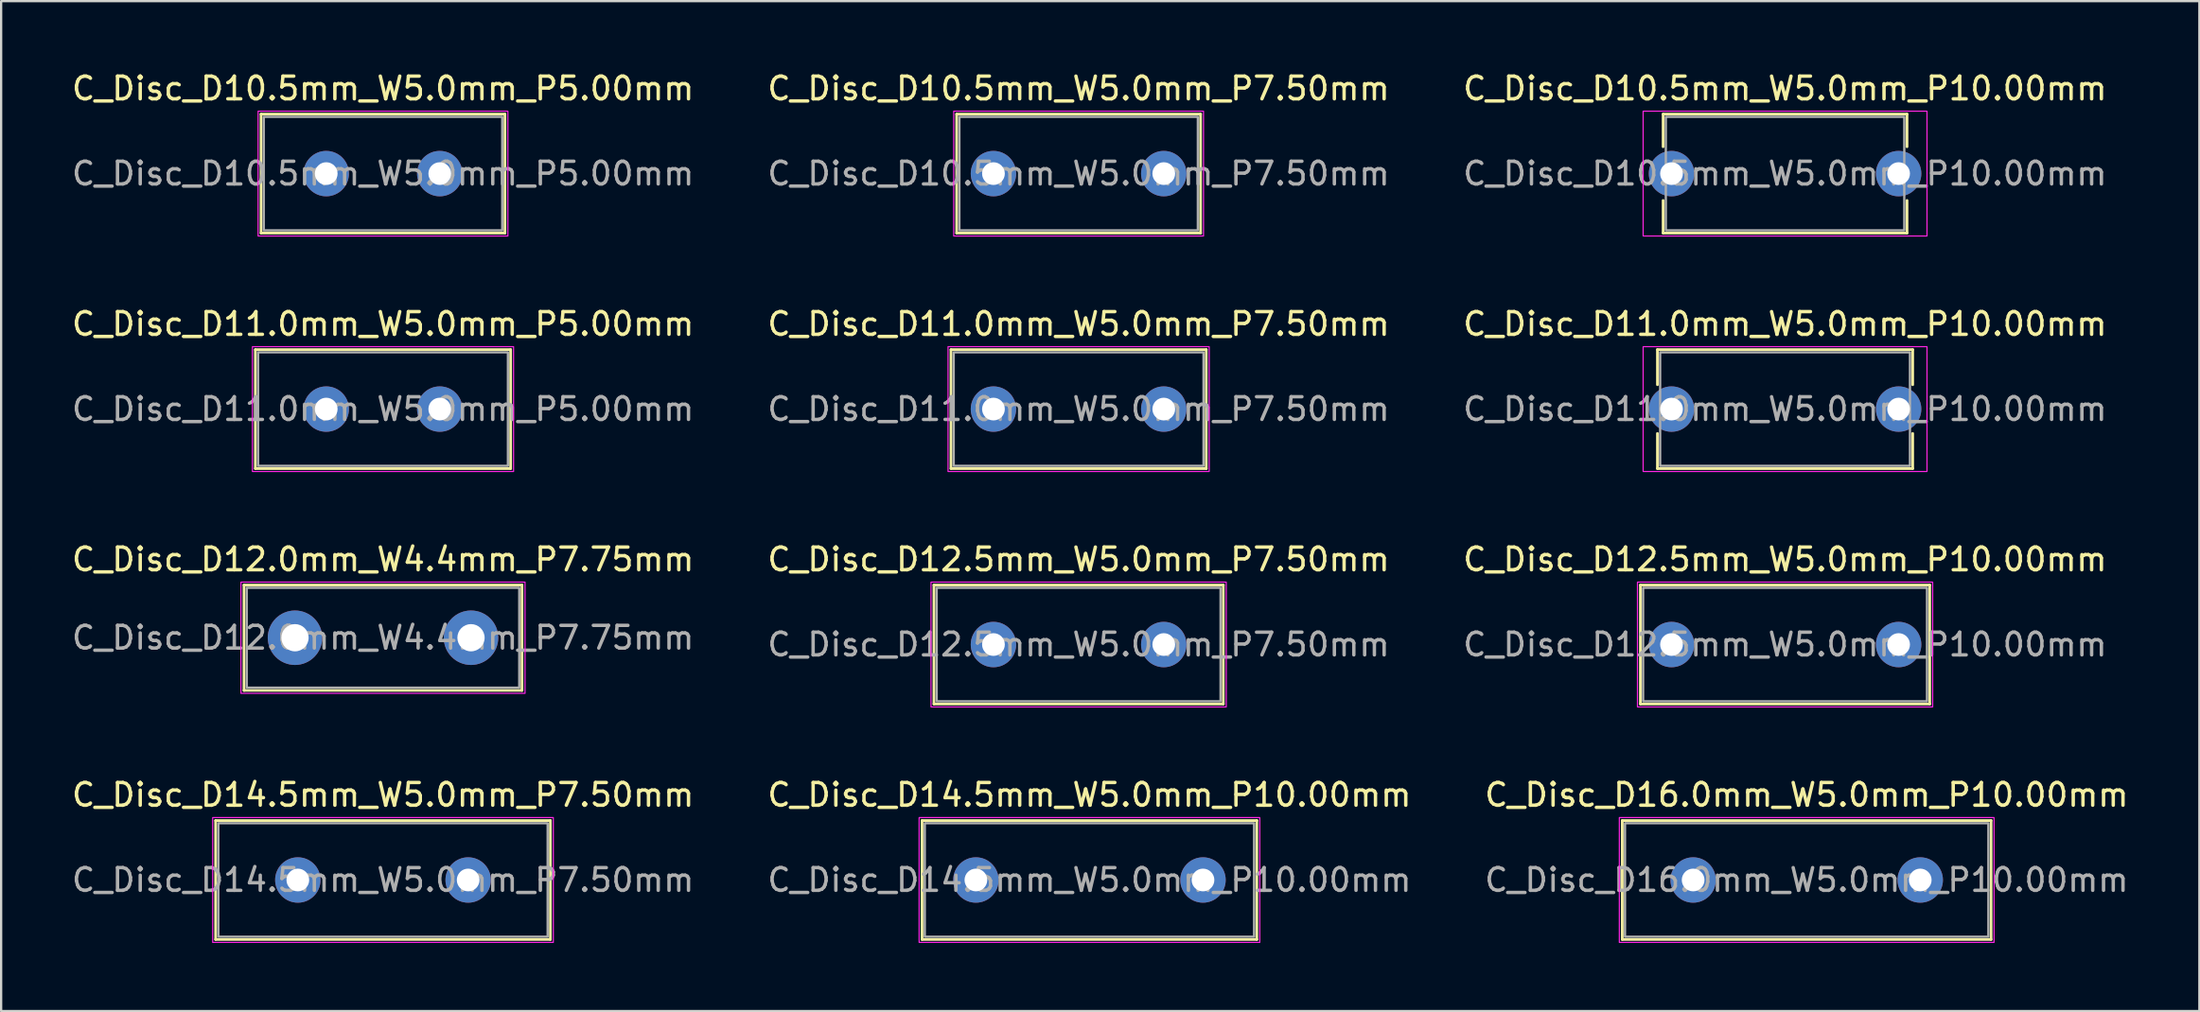
<source format=kicad_pcb>
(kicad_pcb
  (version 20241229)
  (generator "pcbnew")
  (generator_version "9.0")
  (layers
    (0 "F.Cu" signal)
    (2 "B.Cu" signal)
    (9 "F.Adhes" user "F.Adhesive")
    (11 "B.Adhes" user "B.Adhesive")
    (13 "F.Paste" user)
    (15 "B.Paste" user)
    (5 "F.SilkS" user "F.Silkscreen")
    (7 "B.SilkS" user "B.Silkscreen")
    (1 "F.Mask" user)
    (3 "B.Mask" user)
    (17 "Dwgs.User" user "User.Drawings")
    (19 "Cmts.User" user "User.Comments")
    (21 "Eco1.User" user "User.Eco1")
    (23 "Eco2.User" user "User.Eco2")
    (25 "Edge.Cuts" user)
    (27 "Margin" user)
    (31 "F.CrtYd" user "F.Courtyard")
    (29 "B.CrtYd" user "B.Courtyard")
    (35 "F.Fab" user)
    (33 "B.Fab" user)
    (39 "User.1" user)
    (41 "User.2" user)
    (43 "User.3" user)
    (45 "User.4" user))
  (footprint "C_Disc_D10.5mm_W5.0mm_P7.50mm"
    (layer "F.Cu")
    (at 40.696 4.598)
    (property "Reference" "C_Disc_D10.5mm_W5.0mm_P7.50mm" (at 3.75 -3.75 0) (layer "F.SilkS") (effects (font (size 1 1) (thickness 0.15))))
    (attr through_hole)
    (fp_line (start -1.62 -2.62) (end -1.62 2.62) (stroke (width 0.12) (type solid)) (layer "F.SilkS"))
    (fp_line (start -1.62 -2.62) (end 9.12 -2.62) (stroke (width 0.12) (type solid)) (layer "F.SilkS"))
    (fp_line (start -1.62 2.62) (end 9.12 2.62) (stroke (width 0.12) (type solid)) (layer "F.SilkS"))
    (fp_line (start 9.12 -2.62) (end 9.12 2.62) (stroke (width 0.12) (type solid)) (layer "F.SilkS"))
    (fp_rect (start -1.75 -2.75) (end 9.25 2.75) (stroke (width 0.05) (type solid)) (fill no) (layer "F.CrtYd"))
    (fp_rect (start -1.5 -2.5) (end 9 2.5) (stroke (width 0.1) (type solid)) (fill no) (layer "F.Fab"))
    (fp_text user "${REFERENCE}" (at 3.75 0 0) (layer "F.Fab") (effects (font (size 1 1) (thickness 0.15))))
    (pad "1" thru_hole circle (at 0 0) (size 2 2) (drill 1) (layers "*.Cu" "*.Mask"))
    (pad "2" thru_hole circle (at 7.5 0) (size 2 2) (drill 1) (layers "*.Cu" "*.Mask")))
  (footprint "C_Disc_D12.0mm_W4.4mm_P7.75mm"
    (layer "F.Cu")
    (at 9.94 25.045)
    (property "Reference" "C_Disc_D12.0mm_W4.4mm_P7.75mm" (at 3.875 -3.45 0) (layer "F.SilkS") (effects (font (size 1 1) (thickness 0.15))))
    (attr through_hole)
    (fp_line (start -2.245 -2.32) (end -2.245 2.32) (stroke (width 0.12) (type solid)) (layer "F.SilkS"))
    (fp_line (start -2.245 -2.32) (end 9.995 -2.32) (stroke (width 0.12) (type solid)) (layer "F.SilkS"))
    (fp_line (start -2.245 2.32) (end 9.995 2.32) (stroke (width 0.12) (type solid)) (layer "F.SilkS"))
    (fp_line (start 9.995 -2.32) (end 9.995 2.32) (stroke (width 0.12) (type solid)) (layer "F.SilkS"))
    (fp_rect (start -2.38 -2.45) (end 10.13 2.45) (stroke (width 0.05) (type solid)) (fill no) (layer "F.CrtYd"))
    (fp_rect (start -2.125 -2.2) (end 9.875 2.2) (stroke (width 0.1) (type solid)) (fill no) (layer "F.Fab"))
    (fp_text user "${REFERENCE}" (at 3.875 0 0) (layer "F.Fab") (effects (font (size 1 1) (thickness 0.15))))
    (pad "1" thru_hole circle (at 0 0) (size 2.4 2.4) (drill 1.2) (layers "*.Cu" "*.Mask"))
    (pad "2" thru_hole circle (at 7.75 0) (size 2.4 2.4) (drill 1.2) (layers "*.Cu" "*.Mask")))
  (footprint "C_Disc_D12.5mm_W5.0mm_P7.50mm"
    (layer "F.Cu")
    (at 40.696 25.345)
    (property "Reference" "C_Disc_D12.5mm_W5.0mm_P7.50mm" (at 3.75 -3.75 0) (layer "F.SilkS") (effects (font (size 1 1) (thickness 0.15))))
    (attr through_hole)
    (fp_line (start -2.62 -2.62) (end -2.62 2.62) (stroke (width 0.12) (type solid)) (layer "F.SilkS"))
    (fp_line (start -2.62 -2.62) (end 10.12 -2.62) (stroke (width 0.12) (type solid)) (layer "F.SilkS"))
    (fp_line (start -2.62 2.62) (end 10.12 2.62) (stroke (width 0.12) (type solid)) (layer "F.SilkS"))
    (fp_line (start 10.12 -2.62) (end 10.12 2.62) (stroke (width 0.12) (type solid)) (layer "F.SilkS"))
    (fp_rect (start -2.75 -2.75) (end 10.25 2.75) (stroke (width 0.05) (type solid)) (fill no) (layer "F.CrtYd"))
    (fp_rect (start -2.5 -2.5) (end 10 2.5) (stroke (width 0.1) (type solid)) (fill no) (layer "F.Fab"))
    (fp_text user "${REFERENCE}" (at 3.75 0 0) (layer "F.Fab") (effects (font (size 1 1) (thickness 0.15))))
    (pad "1" thru_hole circle (at 0 0) (size 2 2) (drill 1) (layers "*.Cu" "*.Mask"))
    (pad "2" thru_hole circle (at 7.5 0) (size 2 2) (drill 1) (layers "*.Cu" "*.Mask")))
  (footprint "C_Disc_D14.5mm_W5.0mm_P7.50mm"
    (layer "F.Cu")
    (at 10.065 35.718)
    (property "Reference" "C_Disc_D14.5mm_W5.0mm_P7.50mm" (at 3.75 -3.75 0) (layer "F.SilkS") (effects (font (size 1 1) (thickness 0.15))))
    (attr through_hole)
    (fp_line (start -3.62 -2.62) (end -3.62 2.62) (stroke (width 0.12) (type solid)) (layer "F.SilkS"))
    (fp_line (start -3.62 -2.62) (end 11.12 -2.62) (stroke (width 0.12) (type solid)) (layer "F.SilkS"))
    (fp_line (start -3.62 2.62) (end 11.12 2.62) (stroke (width 0.12) (type solid)) (layer "F.SilkS"))
    (fp_line (start 11.12 -2.62) (end 11.12 2.62) (stroke (width 0.12) (type solid)) (layer "F.SilkS"))
    (fp_rect (start -3.75 -2.75) (end 11.25 2.75) (stroke (width 0.05) (type solid)) (fill no) (layer "F.CrtYd"))
    (fp_rect (start -3.5 -2.5) (end 11 2.5) (stroke (width 0.1) (type solid)) (fill no) (layer "F.Fab"))
    (fp_text user "${REFERENCE}" (at 3.75 0 0) (layer "F.Fab") (effects (font (size 1 1) (thickness 0.15))))
    (pad "1" thru_hole circle (at 0 0) (size 2 2) (drill 1) (layers "*.Cu" "*.Mask"))
    (pad "2" thru_hole circle (at 7.5 0) (size 2 2) (drill 1) (layers "*.Cu" "*.Mask")))
  (footprint "C_Disc_D10.5mm_W5.0mm_P10.00mm"
    (layer "F.Cu")
    (at 70.554 4.598)
    (property "Reference" "C_Disc_D10.5mm_W5.0mm_P10.00mm" (at 5 -3.75 0) (layer "F.SilkS") (effects (font (size 1 1) (thickness 0.15))))
    (attr through_hole)
    (fp_line (start -0.37 -2.62) (end -0.37 -1.184) (stroke (width 0.12) (type solid)) (layer "F.SilkS"))
    (fp_line (start -0.37 -2.62) (end 10.37 -2.62) (stroke (width 0.12) (type solid)) (layer "F.SilkS"))
    (fp_line (start -0.37 1.184) (end -0.37 2.62) (stroke (width 0.12) (type solid)) (layer "F.SilkS"))
    (fp_line (start -0.37 2.62) (end 10.37 2.62) (stroke (width 0.12) (type solid)) (layer "F.SilkS"))
    (fp_line (start 10.37 -2.62) (end 10.37 -1.184) (stroke (width 0.12) (type solid)) (layer "F.SilkS"))
    (fp_line (start 10.37 1.184) (end 10.37 2.62) (stroke (width 0.12) (type solid)) (layer "F.SilkS"))
    (fp_rect (start -1.25 -2.75) (end 11.25 2.75) (stroke (width 0.05) (type solid)) (fill no) (layer "F.CrtYd"))
    (fp_rect (start -0.25 -2.5) (end 10.25 2.5) (stroke (width 0.1) (type solid)) (fill no) (layer "F.Fab"))
    (fp_text user "${REFERENCE}" (at 5 0 0) (layer "F.Fab") (effects (font (size 1 1) (thickness 0.15))))
    (pad "1" thru_hole circle (at 0 0) (size 2 2) (drill 1) (layers "*.Cu" "*.Mask"))
    (pad "2" thru_hole circle (at 10 0) (size 2 2) (drill 1) (layers "*.Cu" "*.Mask")))
  (footprint "C_Disc_D14.5mm_W5.0mm_P10.00mm"
    (layer "F.Cu")
    (at 39.923 35.718)
    (property "Reference" "C_Disc_D14.5mm_W5.0mm_P10.00mm" (at 5 -3.75 0) (layer "F.SilkS") (effects (font (size 1 1) (thickness 0.15))))
    (attr through_hole)
    (fp_line (start -2.37 -2.62) (end -2.37 2.62) (stroke (width 0.12) (type solid)) (layer "F.SilkS"))
    (fp_line (start -2.37 -2.62) (end 12.37 -2.62) (stroke (width 0.12) (type solid)) (layer "F.SilkS"))
    (fp_line (start -2.37 2.62) (end 12.37 2.62) (stroke (width 0.12) (type solid)) (layer "F.SilkS"))
    (fp_line (start 12.37 -2.62) (end 12.37 2.62) (stroke (width 0.12) (type solid)) (layer "F.SilkS"))
    (fp_rect (start -2.5 -2.75) (end 12.5 2.75) (stroke (width 0.05) (type solid)) (fill no) (layer "F.CrtYd"))
    (fp_rect (start -2.25 -2.5) (end 12.25 2.5) (stroke (width 0.1) (type solid)) (fill no) (layer "F.Fab"))
    (fp_text user "${REFERENCE}" (at 5 0 0) (layer "F.Fab") (effects (font (size 1 1) (thickness 0.15))))
    (pad "1" thru_hole circle (at 0 0) (size 2 2) (drill 1) (layers "*.Cu" "*.Mask"))
    (pad "2" thru_hole circle (at 10 0) (size 2 2) (drill 1) (layers "*.Cu" "*.Mask")))
  (footprint "C_Disc_D11.0mm_W5.0mm_P7.50mm"
    (layer "F.Cu")
    (at 40.696 14.972)
    (property "Reference" "C_Disc_D11.0mm_W5.0mm_P7.50mm" (at 3.75 -3.75 0) (layer "F.SilkS") (effects (font (size 1 1) (thickness 0.15))))
    (attr through_hole)
    (fp_line (start -1.87 -2.62) (end -1.87 2.62) (stroke (width 0.12) (type solid)) (layer "F.SilkS"))
    (fp_line (start -1.87 -2.62) (end 9.37 -2.62) (stroke (width 0.12) (type solid)) (layer "F.SilkS"))
    (fp_line (start -1.87 2.62) (end 9.37 2.62) (stroke (width 0.12) (type solid)) (layer "F.SilkS"))
    (fp_line (start 9.37 -2.62) (end 9.37 2.62) (stroke (width 0.12) (type solid)) (layer "F.SilkS"))
    (fp_rect (start -2 -2.75) (end 9.5 2.75) (stroke (width 0.05) (type solid)) (fill no) (layer "F.CrtYd"))
    (fp_rect (start -1.75 -2.5) (end 9.25 2.5) (stroke (width 0.1) (type solid)) (fill no) (layer "F.Fab"))
    (fp_text user "${REFERENCE}" (at 3.75 0 0) (layer "F.Fab") (effects (font (size 1 1) (thickness 0.15))))
    (pad "1" thru_hole circle (at 0 0) (size 2 2) (drill 1) (layers "*.Cu" "*.Mask"))
    (pad "2" thru_hole circle (at 7.5 0) (size 2 2) (drill 1) (layers "*.Cu" "*.Mask")))
  (footprint "C_Disc_D11.0mm_W5.0mm_P5.00mm"
    (layer "F.Cu")
    (at 11.315 14.972)
    (property "Reference" "C_Disc_D11.0mm_W5.0mm_P5.00mm" (at 2.5 -3.75 0) (layer "F.SilkS") (effects (font (size 1 1) (thickness 0.15))))
    (attr through_hole)
    (fp_line (start -3.12 -2.62) (end -3.12 2.62) (stroke (width 0.12) (type solid)) (layer "F.SilkS"))
    (fp_line (start -3.12 -2.62) (end 8.12 -2.62) (stroke (width 0.12) (type solid)) (layer "F.SilkS"))
    (fp_line (start -3.12 2.62) (end 8.12 2.62) (stroke (width 0.12) (type solid)) (layer "F.SilkS"))
    (fp_line (start 8.12 -2.62) (end 8.12 2.62) (stroke (width 0.12) (type solid)) (layer "F.SilkS"))
    (fp_rect (start -3.25 -2.75) (end 8.25 2.75) (stroke (width 0.05) (type solid)) (fill no) (layer "F.CrtYd"))
    (fp_rect (start -3 -2.5) (end 8 2.5) (stroke (width 0.1) (type solid)) (fill no) (layer "F.Fab"))
    (fp_text user "${REFERENCE}" (at 2.5 0 0) (layer "F.Fab") (effects (font (size 1 1) (thickness 0.15))))
    (pad "1" thru_hole circle (at 0 0) (size 2 2) (drill 1) (layers "*.Cu" "*.Mask"))
    (pad "2" thru_hole circle (at 5 0) (size 2 2) (drill 1) (layers "*.Cu" "*.Mask")))
  (footprint "C_Disc_D10.5mm_W5.0mm_P5.00mm"
    (layer "F.Cu")
    (at 11.315 4.598)
    (property "Reference" "C_Disc_D10.5mm_W5.0mm_P5.00mm" (at 2.5 -3.75 0) (layer "F.SilkS") (effects (font (size 1 1) (thickness 0.15))))
    (attr through_hole)
    (fp_line (start -2.87 -2.62) (end -2.87 2.62) (stroke (width 0.12) (type solid)) (layer "F.SilkS"))
    (fp_line (start -2.87 -2.62) (end 7.87 -2.62) (stroke (width 0.12) (type solid)) (layer "F.SilkS"))
    (fp_line (start -2.87 2.62) (end 7.87 2.62) (stroke (width 0.12) (type solid)) (layer "F.SilkS"))
    (fp_line (start 7.87 -2.62) (end 7.87 2.62) (stroke (width 0.12) (type solid)) (layer "F.SilkS"))
    (fp_rect (start -3 -2.75) (end 8 2.75) (stroke (width 0.05) (type solid)) (fill no) (layer "F.CrtYd"))
    (fp_rect (start -2.75 -2.5) (end 7.75 2.5) (stroke (width 0.1) (type solid)) (fill no) (layer "F.Fab"))
    (fp_text user "${REFERENCE}" (at 2.5 0 0) (layer "F.Fab") (effects (font (size 1 1) (thickness 0.15))))
    (pad "1" thru_hole circle (at 0 0) (size 2 2) (drill 1) (layers "*.Cu" "*.Mask"))
    (pad "2" thru_hole circle (at 5 0) (size 2 2) (drill 1) (layers "*.Cu" "*.Mask")))
  (footprint "C_Disc_D11.0mm_W5.0mm_P10.00mm"
    (layer "F.Cu")
    (at 70.554 14.972)
    (property "Reference" "C_Disc_D11.0mm_W5.0mm_P10.00mm" (at 5 -3.75 0) (layer "F.SilkS") (effects (font (size 1 1) (thickness 0.15))))
    (attr through_hole)
    (fp_line (start -0.62 -2.62) (end -0.62 -1.074) (stroke (width 0.12) (type solid)) (layer "F.SilkS"))
    (fp_line (start -0.62 -2.62) (end 10.62 -2.62) (stroke (width 0.12) (type solid)) (layer "F.SilkS"))
    (fp_line (start -0.62 1.074) (end -0.62 2.62) (stroke (width 0.12) (type solid)) (layer "F.SilkS"))
    (fp_line (start -0.62 2.62) (end 10.62 2.62) (stroke (width 0.12) (type solid)) (layer "F.SilkS"))
    (fp_line (start 10.62 -2.62) (end 10.62 -1.074) (stroke (width 0.12) (type solid)) (layer "F.SilkS"))
    (fp_line (start 10.62 1.074) (end 10.62 2.62) (stroke (width 0.12) (type solid)) (layer "F.SilkS"))
    (fp_rect (start -1.25 -2.75) (end 11.25 2.75) (stroke (width 0.05) (type solid)) (fill no) (layer "F.CrtYd"))
    (fp_rect (start -0.5 -2.5) (end 10.5 2.5) (stroke (width 0.1) (type solid)) (fill no) (layer "F.Fab"))
    (fp_text user "${REFERENCE}" (at 5 0 0) (layer "F.Fab") (effects (font (size 1 1) (thickness 0.15))))
    (pad "1" thru_hole circle (at 0 0) (size 2 2) (drill 1) (layers "*.Cu" "*.Mask"))
    (pad "2" thru_hole circle (at 10 0) (size 2 2) (drill 1) (layers "*.Cu" "*.Mask")))
  (footprint "C_Disc_D12.5mm_W5.0mm_P10.00mm"
    (layer "F.Cu")
    (at 70.554 25.345)
    (property "Reference" "C_Disc_D12.5mm_W5.0mm_P10.00mm" (at 5 -3.75 0) (layer "F.SilkS") (effects (font (size 1 1) (thickness 0.15))))
    (attr through_hole)
    (fp_line (start -1.37 -2.62) (end -1.37 2.62) (stroke (width 0.12) (type solid)) (layer "F.SilkS"))
    (fp_line (start -1.37 -2.62) (end 11.37 -2.62) (stroke (width 0.12) (type solid)) (layer "F.SilkS"))
    (fp_line (start -1.37 2.62) (end 11.37 2.62) (stroke (width 0.12) (type solid)) (layer "F.SilkS"))
    (fp_line (start 11.37 -2.62) (end 11.37 2.62) (stroke (width 0.12) (type solid)) (layer "F.SilkS"))
    (fp_rect (start -1.5 -2.75) (end 11.5 2.75) (stroke (width 0.05) (type solid)) (fill no) (layer "F.CrtYd"))
    (fp_rect (start -1.25 -2.5) (end 11.25 2.5) (stroke (width 0.1) (type solid)) (fill no) (layer "F.Fab"))
    (fp_text user "${REFERENCE}" (at 5 0 0) (layer "F.Fab") (effects (font (size 1 1) (thickness 0.15))))
    (pad "1" thru_hole circle (at 0 0) (size 2 2) (drill 1) (layers "*.Cu" "*.Mask"))
    (pad "2" thru_hole circle (at 10 0) (size 2 2) (drill 1) (layers "*.Cu" "*.Mask")))
  (footprint "C_Disc_D16.0mm_W5.0mm_P10.00mm"
    (layer "F.Cu")
    (at 71.506 35.718)
    (property "Reference" "C_Disc_D16.0mm_W5.0mm_P10.00mm" (at 5 -3.75 0) (layer "F.SilkS") (effects (font (size 1 1) (thickness 0.15))))
    (attr through_hole)
    (fp_line (start -3.12 -2.62) (end -3.12 2.62) (stroke (width 0.12) (type solid)) (layer "F.SilkS"))
    (fp_line (start -3.12 -2.62) (end 13.12 -2.62) (stroke (width 0.12) (type solid)) (layer "F.SilkS"))
    (fp_line (start -3.12 2.62) (end 13.12 2.62) (stroke (width 0.12) (type solid)) (layer "F.SilkS"))
    (fp_line (start 13.12 -2.62) (end 13.12 2.62) (stroke (width 0.12) (type solid)) (layer "F.SilkS"))
    (fp_rect (start -3.25 -2.75) (end 13.25 2.75) (stroke (width 0.05) (type solid)) (fill no) (layer "F.CrtYd"))
    (fp_rect (start -3 -2.5) (end 13 2.5) (stroke (width 0.1) (type solid)) (fill no) (layer "F.Fab"))
    (fp_text user "${REFERENCE}" (at 5 0 0) (layer "F.Fab") (effects (font (size 1 1) (thickness 0.15))))
    (pad "1" thru_hole circle (at 0 0) (size 2 2) (drill 1) (layers "*.Cu" "*.Mask"))
    (pad "2" thru_hole circle (at 10 0) (size 2 2) (drill 1) (layers "*.Cu" "*.Mask")))
  (gr_rect
    (start -3 -3)
    (end 93.798 41.493)
    (stroke (width 0.1) (type default))
    (fill no)
    (layer "Edge.Cuts")))
</source>
